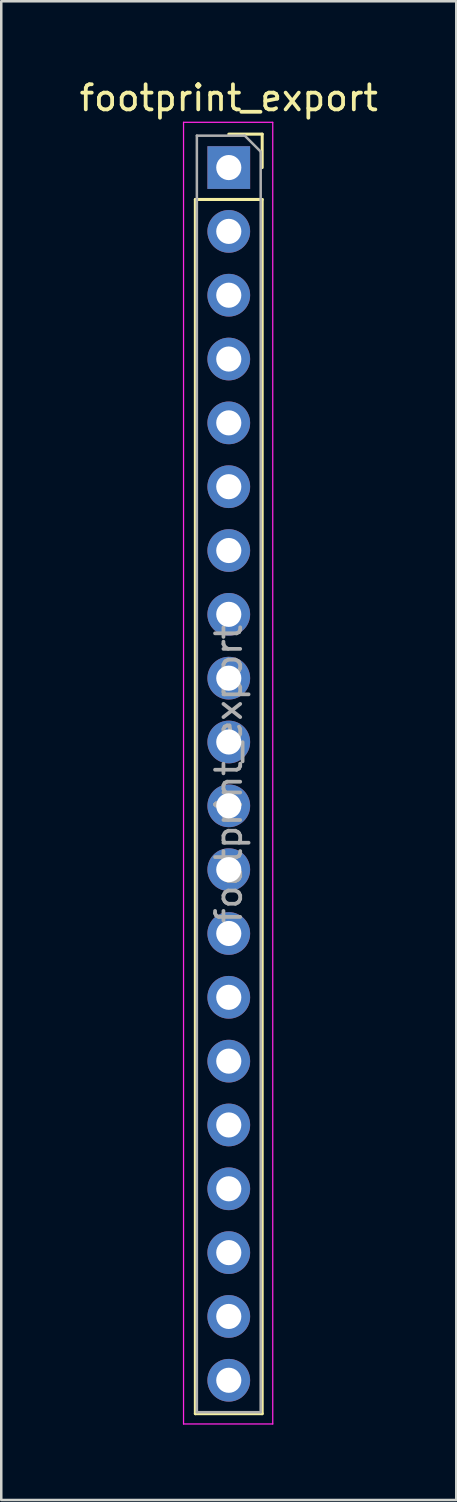
<source format=kicad_pcb>
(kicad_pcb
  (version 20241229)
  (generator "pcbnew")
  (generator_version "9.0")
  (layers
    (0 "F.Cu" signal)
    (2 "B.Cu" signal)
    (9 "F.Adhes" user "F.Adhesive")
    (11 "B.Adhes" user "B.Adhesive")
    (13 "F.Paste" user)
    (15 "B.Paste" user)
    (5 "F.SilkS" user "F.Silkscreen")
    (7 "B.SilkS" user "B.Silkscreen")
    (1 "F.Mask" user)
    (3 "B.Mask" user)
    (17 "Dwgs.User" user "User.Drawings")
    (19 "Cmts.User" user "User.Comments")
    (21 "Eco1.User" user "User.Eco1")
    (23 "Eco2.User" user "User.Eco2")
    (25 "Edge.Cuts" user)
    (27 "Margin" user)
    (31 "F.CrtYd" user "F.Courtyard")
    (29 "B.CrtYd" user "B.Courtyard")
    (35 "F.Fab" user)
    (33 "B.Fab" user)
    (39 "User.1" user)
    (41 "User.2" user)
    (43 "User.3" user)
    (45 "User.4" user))
  (footprint "footprint_export"
    (layer "F.Cu")
    (at 6.054 3.618)
    (property "Reference" "footprint_export" (at 0 -2.77 0) (layer "F.SilkS") (effects (font (size 1 1) (thickness 0.15))))
    (attr through_hole)
    (fp_line (start -1.33 1.27) (end -1.33 49.59) (stroke (width 0.12) (type solid)) (layer "F.SilkS"))
    (fp_line (start -1.33 1.27) (end 1.33 1.27) (stroke (width 0.12) (type solid)) (layer "F.SilkS"))
    (fp_line (start -1.33 49.59) (end 1.33 49.59) (stroke (width 0.12) (type solid)) (layer "F.SilkS"))
    (fp_line (start 0 -1.33) (end 1.33 -1.33) (stroke (width 0.12) (type solid)) (layer "F.SilkS"))
    (fp_line (start 1.33 -1.33) (end 1.33 0) (stroke (width 0.12) (type solid)) (layer "F.SilkS"))
    (fp_line (start 1.33 1.27) (end 1.33 49.59) (stroke (width 0.12) (type solid)) (layer "F.SilkS"))
    (fp_line (start -1.8 -1.8) (end 1.75 -1.8) (stroke (width 0.05) (type solid)) (layer "F.CrtYd"))
    (fp_line (start -1.8 50) (end -1.8 -1.8) (stroke (width 0.05) (type solid)) (layer "F.CrtYd"))
    (fp_line (start 1.75 -1.8) (end 1.75 50) (stroke (width 0.05) (type solid)) (layer "F.CrtYd"))
    (fp_line (start 1.75 50) (end -1.8 50) (stroke (width 0.05) (type solid)) (layer "F.CrtYd"))
    (fp_line (start -1.27 -1.27) (end 0.635 -1.27) (stroke (width 0.1) (type solid)) (layer "F.Fab"))
    (fp_line (start -1.27 49.53) (end -1.27 -1.27) (stroke (width 0.1) (type solid)) (layer "F.Fab"))
    (fp_line (start 0.635 -1.27) (end 1.27 -0.635) (stroke (width 0.1) (type solid)) (layer "F.Fab"))
    (fp_line (start 1.27 -0.635) (end 1.27 49.53) (stroke (width 0.1) (type solid)) (layer "F.Fab"))
    (fp_line (start 1.27 49.53) (end -1.27 49.53) (stroke (width 0.1) (type solid)) (layer "F.Fab"))
    (fp_text user "${REFERENCE}" (at 0 24.13 90) (layer "F.Fab") (effects (font (size 1 1) (thickness 0.15))))
    (pad "1" thru_hole rect (at 0 0) (size 1.7 1.7) (drill 1) (layers "*.Cu" "*.Mask"))
    (pad "2" thru_hole oval (at 0 2.54) (size 1.7 1.7) (drill 1) (layers "*.Cu" "*.Mask"))
    (pad "3" thru_hole oval (at 0 5.08) (size 1.7 1.7) (drill 1) (layers "*.Cu" "*.Mask"))
    (pad "4" thru_hole oval (at 0 7.62) (size 1.7 1.7) (drill 1) (layers "*.Cu" "*.Mask"))
    (pad "5" thru_hole oval (at 0 10.16) (size 1.7 1.7) (drill 1) (layers "*.Cu" "*.Mask"))
    (pad "6" thru_hole oval (at 0 12.7) (size 1.7 1.7) (drill 1) (layers "*.Cu" "*.Mask"))
    (pad "7" thru_hole oval (at 0 15.24) (size 1.7 1.7) (drill 1) (layers "*.Cu" "*.Mask"))
    (pad "8" thru_hole oval (at 0 17.78) (size 1.7 1.7) (drill 1) (layers "*.Cu" "*.Mask"))
    (pad "9" thru_hole oval (at 0 20.32) (size 1.7 1.7) (drill 1) (layers "*.Cu" "*.Mask"))
    (pad "10" thru_hole oval (at 0 22.86) (size 1.7 1.7) (drill 1) (layers "*.Cu" "*.Mask"))
    (pad "11" thru_hole oval (at 0 25.4) (size 1.7 1.7) (drill 1) (layers "*.Cu" "*.Mask"))
    (pad "12" thru_hole oval (at 0 27.94) (size 1.7 1.7) (drill 1) (layers "*.Cu" "*.Mask"))
    (pad "13" thru_hole oval (at 0 30.48) (size 1.7 1.7) (drill 1) (layers "*.Cu" "*.Mask"))
    (pad "14" thru_hole oval (at 0 33.02) (size 1.7 1.7) (drill 1) (layers "*.Cu" "*.Mask"))
    (pad "15" thru_hole oval (at 0 35.56) (size 1.7 1.7) (drill 1) (layers "*.Cu" "*.Mask"))
    (pad "16" thru_hole oval (at 0 38.1) (size 1.7 1.7) (drill 1) (layers "*.Cu" "*.Mask"))
    (pad "17" thru_hole oval (at 0 40.64) (size 1.7 1.7) (drill 1) (layers "*.Cu" "*.Mask"))
    (pad "18" thru_hole oval (at 0 43.18) (size 1.7 1.7) (drill 1) (layers "*.Cu" "*.Mask"))
    (pad "19" thru_hole oval (at 0 45.72) (size 1.7 1.7) (drill 1) (layers "*.Cu" "*.Mask"))
    (pad "20" thru_hole oval (at 0 48.26) (size 1.7 1.7) (drill 1) (layers "*.Cu" "*.Mask")))
  (gr_rect
    (start -3 -3)
    (end 15.107 56.643)
    (stroke (width 0.1) (type default))
    (fill no)
    (layer "Edge.Cuts")))
</source>
